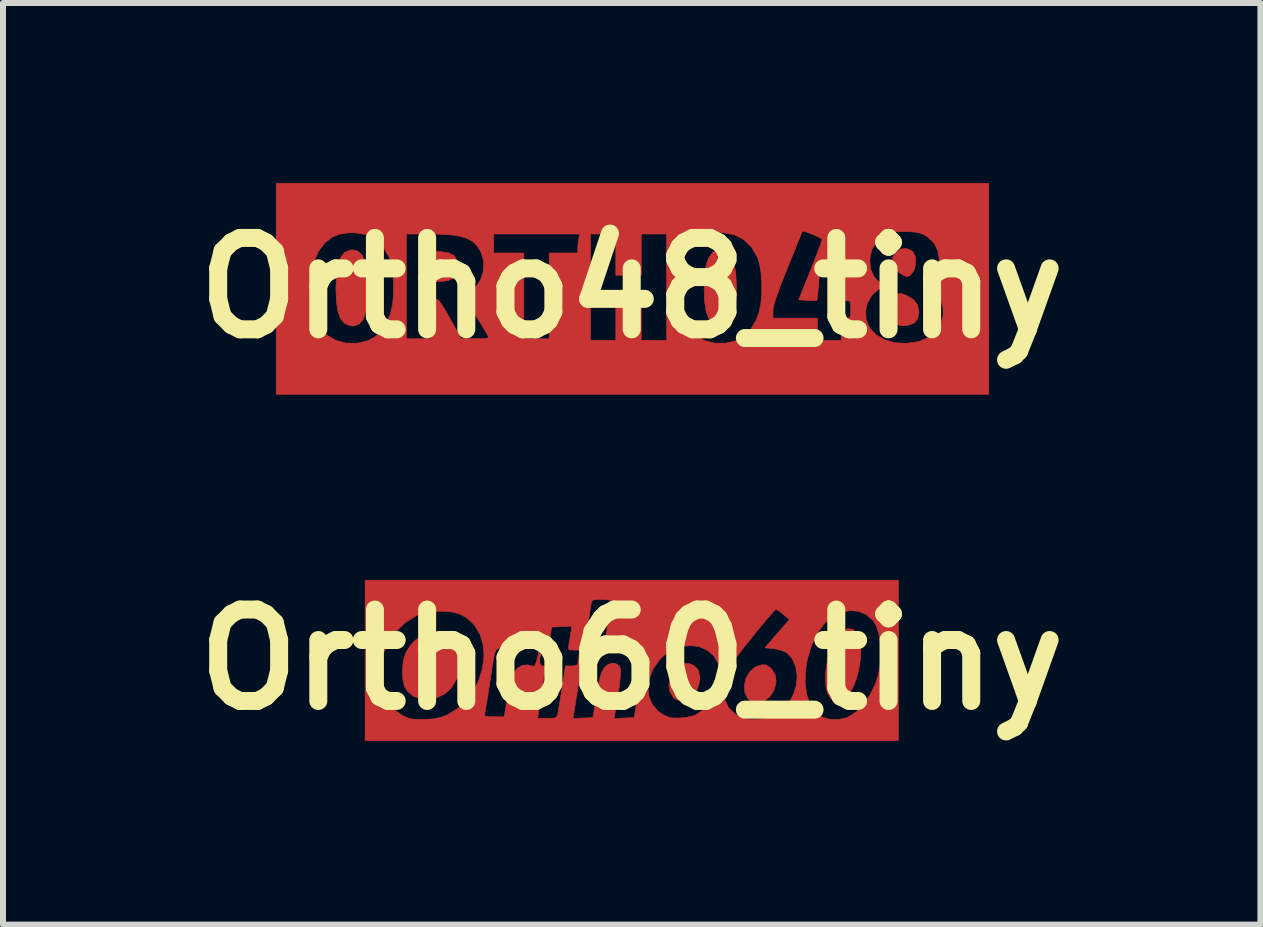
<source format=kicad_pcb>
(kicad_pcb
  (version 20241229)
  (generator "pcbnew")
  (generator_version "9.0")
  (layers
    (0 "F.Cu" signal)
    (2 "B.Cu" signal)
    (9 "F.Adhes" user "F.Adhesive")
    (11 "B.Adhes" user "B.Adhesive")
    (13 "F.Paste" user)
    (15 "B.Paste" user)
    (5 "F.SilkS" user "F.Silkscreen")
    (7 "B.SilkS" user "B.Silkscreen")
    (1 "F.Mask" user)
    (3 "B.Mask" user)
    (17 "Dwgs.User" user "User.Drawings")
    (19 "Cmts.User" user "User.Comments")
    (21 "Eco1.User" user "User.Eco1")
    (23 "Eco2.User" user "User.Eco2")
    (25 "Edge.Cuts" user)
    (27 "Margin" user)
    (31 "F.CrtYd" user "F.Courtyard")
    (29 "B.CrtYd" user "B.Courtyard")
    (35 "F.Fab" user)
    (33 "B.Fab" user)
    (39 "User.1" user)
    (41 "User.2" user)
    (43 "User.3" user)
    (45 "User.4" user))
  (footprint "Ortho48_tiny"
    (layer "F.Cu")
    (at 7.482 1.751)
    (property "Reference" "Ortho48_tiny" (at 0 0 0) (layer "F.SilkS") (effects (font (size 1.524 1.524) (thickness 0.3))))
    (attr through_hole)
    (fp_poly (pts (xy -3.174 -0.603) (xy -3.045 -0.583) (xy -2.961 -0.539) (xy -2.916 -0.469) (xy -2.903 -0.378) (xy -2.918 -0.258) (xy -2.966 -0.176) (xy -3.052 -0.126) (xy -3.178 -0.107) (xy -3.216 -0.106) (xy -3.334 -0.106) (xy -3.334 -0.615) (xy -3.174 -0.603)) (stroke (width 0.01) (type solid)) (fill yes) (layer "F.Cu"))
    (fp_poly (pts (xy 4.664 -0.625) (xy 4.683 -0.609) (xy 4.725 -0.534) (xy 4.737 -0.436) (xy 4.721 -0.334) (xy 4.681 -0.255) (xy 4.633 -0.204) (xy 4.588 -0.19) (xy 4.528 -0.211) (xy 4.476 -0.243) (xy 4.389 -0.321) (xy 4.346 -0.412) (xy 4.349 -0.505) (xy 4.4 -0.592) (xy 4.404 -0.597) (xy 4.488 -0.649) (xy 4.58 -0.659) (xy 4.664 -0.625)) (stroke (width 0.01) (type solid)) (fill yes) (layer "F.Cu"))
    (fp_poly (pts (xy 4.54 0.108) (xy 4.574 0.121) (xy 4.693 0.19) (xy 4.765 0.282) (xy 4.789 0.397) (xy 4.789 0.398) (xy 4.77 0.507) (xy 4.712 0.581) (xy 4.613 0.621) (xy 4.576 0.627) (xy 4.487 0.629) (xy 4.422 0.608) (xy 4.389 0.585) (xy 4.325 0.504) (xy 4.3 0.401) (xy 4.311 0.29) (xy 4.359 0.185) (xy 4.412 0.125) (xy 4.449 0.097) (xy 4.485 0.091) (xy 4.54 0.108)) (stroke (width 0.01) (type solid)) (fill yes) (layer "F.Cu"))
    (fp_poly (pts (xy -4.561 -0.612) (xy -4.489 -0.542) (xy -4.438 -0.425) (xy -4.405 -0.26) (xy -4.392 -0.046) (xy -4.392 0) (xy -4.402 0.223) (xy -4.43 0.397) (xy -4.478 0.524) (xy -4.545 0.602) (xy -4.633 0.634) (xy -4.652 0.635) (xy -4.729 0.618) (xy -4.795 0.583) (xy -4.854 0.51) (xy -4.896 0.397) (xy -4.921 0.239) (xy -4.931 0.034) (xy -4.931 0) (xy -4.922 -0.217) (xy -4.896 -0.387) (xy -4.852 -0.51) (xy -4.788 -0.591) (xy -4.704 -0.63) (xy -4.652 -0.635) (xy -4.561 -0.612)) (stroke (width 0.01) (type solid)) (fill yes) (layer "F.Cu"))
    (fp_poly (pts (xy 1.578 -0.612) (xy 1.649 -0.542) (xy 1.701 -0.425) (xy 1.733 -0.26) (xy 1.746 -0.046) (xy 1.746 0) (xy 1.737 0.223) (xy 1.708 0.397) (xy 1.66 0.524) (xy 1.593 0.602) (xy 1.505 0.634) (xy 1.486 0.635) (xy 1.409 0.618) (xy 1.343 0.583) (xy 1.285 0.51) (xy 1.243 0.397) (xy 1.217 0.239) (xy 1.208 0.034) (xy 1.208 0) (xy 1.216 -0.217) (xy 1.242 -0.387) (xy 1.286 -0.51) (xy 1.35 -0.591) (xy 1.435 -0.63) (xy 1.486 -0.635) (xy 1.578 -0.612)) (stroke (width 0.01) (type solid)) (fill yes) (layer "F.Cu"))
    (fp_poly (pts (xy 5.953 1.773) (xy -5.927 1.773) (xy -5.927 -0.025) (xy -5.367 -0.025) (xy -5.358 0.186) (xy -5.32 0.387) (xy -5.254 0.567) (xy -5.197 0.664) (xy -5.081 0.788) (xy -4.934 0.873) (xy -4.765 0.919) (xy -4.584 0.922) (xy -4.41 0.884) (xy -4.273 0.81) (xy -4.155 0.692) (xy -4.062 0.535) (xy -4.018 0.417) (xy -3.986 0.267) (xy -3.97 0.092) (xy -3.97 -0.092) (xy -3.985 -0.27) (xy -4.014 -0.425) (xy -4.045 -0.516) (xy -4.145 -0.684) (xy -4.274 -0.809) (xy -4.43 -0.888) (xy -4.491 -0.9) (xy -3.757 -0.9) (xy -3.757 0.847) (xy -3.334 0.847) (xy -3.334 0.516) (xy -3.333 0.379) (xy -3.331 0.286) (xy -3.326 0.229) (xy -3.316 0.199) (xy -3.299 0.187) (xy -3.275 0.185) (xy -3.272 0.185) (xy -3.243 0.192) (xy -3.212 0.217) (xy -3.173 0.268) (xy -3.121 0.35) (xy -3.052 0.47) (xy -3.027 0.515) (xy -2.844 0.845) (xy -2.61 0.846) (xy -2.496 0.845) (xy -2.427 0.84) (xy -2.394 0.829) (xy -2.389 0.812) (xy -2.39 0.81) (xy -2.408 0.775) (xy -2.45 0.705) (xy -2.508 0.608) (xy -2.579 0.494) (xy -2.604 0.453) (xy -2.676 0.338) (xy -2.736 0.241) (xy -2.78 0.168) (xy -2.803 0.13) (xy -2.805 0.125) (xy -2.784 0.109) (xy -2.732 0.079) (xy -2.713 0.069) (xy -2.598 -0.022) (xy -2.517 -0.143) (xy -2.472 -0.285) (xy -2.467 -0.435) (xy -2.506 -0.582) (xy -2.518 -0.608) (xy -2.577 -0.701) (xy -2.649 -0.772) (xy -2.743 -0.826) (xy -2.864 -0.863) (xy -3.02 -0.886) (xy -3.217 -0.897) (xy -3.388 -0.9) (xy -2.302 -0.9) (xy -2.302 -0.582) (xy -1.799 -0.582) (xy -1.799 0.847) (xy -1.376 0.847) (xy -1.376 -0.582) (xy -0.9 -0.582) (xy -0.9 -0.658) (xy -0.894 -0.743) (xy -0.883 -0.817) (xy -0.867 -0.9) (xy -0.688 -0.9) (xy -0.688 0.873) (xy -0.265 0.873) (xy -0.265 0.132) (xy 0.159 0.132) (xy 0.159 0.873) (xy 0.582 0.873) (xy 0.582 -0.025) (xy 0.771 -0.025) (xy 0.78 0.186) (xy 0.818 0.387) (xy 0.885 0.567) (xy 0.941 0.664) (xy 1.057 0.788) (xy 1.204 0.873) (xy 1.373 0.919) (xy 1.554 0.922) (xy 1.728 0.884) (xy 1.865 0.81) (xy 1.983 0.692) (xy 2.076 0.535) (xy 2.12 0.417) (xy 2.128 0.383) (xy 2.355 0.383) (xy 2.355 0.503) (xy 3.096 0.503) (xy 3.096 0.873) (xy 3.493 0.873) (xy 3.493 0.503) (xy 3.572 0.503) (xy 3.617 0.5) (xy 3.641 0.484) (xy 3.65 0.442) (xy 3.651 0.391) (xy 3.898 0.391) (xy 3.909 0.532) (xy 3.964 0.662) (xy 3.97 0.671) (xy 4.078 0.784) (xy 4.221 0.865) (xy 4.389 0.913) (xy 4.574 0.924) (xy 4.766 0.897) (xy 4.812 0.885) (xy 4.961 0.817) (xy 5.075 0.718) (xy 5.152 0.597) (xy 5.19 0.463) (xy 5.189 0.323) (xy 5.146 0.186) (xy 5.06 0.062) (xy 4.968 -0.018) (xy 4.867 -0.087) (xy 4.957 -0.148) (xy 5.054 -0.242) (xy 5.11 -0.359) (xy 5.127 -0.487) (xy 5.105 -0.617) (xy 5.046 -0.738) (xy 4.95 -0.839) (xy 4.886 -0.88) (xy 4.815 -0.912) (xy 4.737 -0.93) (xy 4.634 -0.938) (xy 4.551 -0.939) (xy 4.433 -0.937) (xy 4.35 -0.928) (xy 4.284 -0.909) (xy 4.218 -0.876) (xy 4.207 -0.869) (xy 4.083 -0.768) (xy 4.003 -0.64) (xy 3.97 -0.486) (xy 3.969 -0.451) (xy 3.986 -0.304) (xy 4.042 -0.186) (xy 4.125 -0.099) (xy 4.203 -0.033) (xy 4.106 0.03) (xy 3.999 0.127) (xy 3.929 0.252) (xy 3.898 0.391) (xy 3.651 0.391) (xy 3.651 0.359) (xy 3.651 0.357) (xy 3.65 0.274) (xy 3.641 0.231) (xy 3.618 0.214) (xy 3.573 0.212) (xy 3.493 0.212) (xy 3.493 -0.238) (xy 3.13 -0.238) (xy 3.113 -0.023) (xy 3.104 0.078) (xy 3.095 0.157) (xy 3.088 0.2) (xy 3.086 0.204) (xy 3.056 0.208) (xy 2.989 0.209) (xy 2.929 0.206) (xy 2.783 0.198) (xy 2.979 -0.29) (xy 3.039 -0.441) (xy 3.092 -0.576) (xy 3.134 -0.687) (xy 3.162 -0.766) (xy 3.175 -0.806) (xy 3.175 -0.808) (xy 3.153 -0.827) (xy 3.097 -0.856) (xy 3.023 -0.89) (xy 2.947 -0.92) (xy 2.883 -0.942) (xy 2.847 -0.948) (xy 2.845 -0.946) (xy 2.834 -0.921) (xy 2.807 -0.853) (xy 2.764 -0.75) (xy 2.711 -0.617) (xy 2.648 -0.463) (xy 2.598 -0.338) (xy 2.514 -0.127) (xy 2.45 0.041) (xy 2.404 0.172) (xy 2.374 0.271) (xy 2.358 0.343) (xy 2.355 0.383) (xy 2.128 0.383) (xy 2.152 0.267) (xy 2.168 0.092) (xy 2.168 -0.092) (xy 2.154 -0.27) (xy 2.125 -0.425) (xy 2.094 -0.516) (xy 1.994 -0.684) (xy 1.865 -0.809) (xy 1.709 -0.888) (xy 1.527 -0.921) (xy 1.417 -0.92) (xy 1.265 -0.896) (xy 1.143 -0.846) (xy 1.035 -0.762) (xy 1.011 -0.739) (xy 0.911 -0.602) (xy 0.837 -0.43) (xy 0.791 -0.234) (xy 0.771 -0.025) (xy 0.582 -0.025) (xy 0.582 -0.9) (xy 0.159 -0.9) (xy 0.159 -0.212) (xy -0.265 -0.212) (xy -0.265 -0.9) (xy -0.688 -0.9) (xy -0.867 -0.9) (xy -2.302 -0.9) (xy -3.388 -0.9) (xy -3.757 -0.9) (xy -4.491 -0.9) (xy -4.611 -0.921) (xy -4.721 -0.92) (xy -4.874 -0.896) (xy -4.995 -0.846) (xy -5.104 -0.762) (xy -5.127 -0.739) (xy -5.227 -0.602) (xy -5.301 -0.43) (xy -5.348 -0.234) (xy -5.367 -0.025) (xy -5.927 -0.025) (xy -5.927 -1.746) (xy 5.953 -1.746) (xy 5.953 1.773)) (stroke (width 0.01) (type solid)) (fill yes) (layer "F.Cu")))
  (footprint "Ortho60_tiny"
    (layer "F.Cu")
    (at 7.482 7.947)
    (property "Reference" "Ortho60_tiny" (at 0 0 0) (layer "F.SilkS") (effects (font (size 1.524 1.524) (thickness 0.3))))
    (attr through_hole)
    (fp_poly (pts (xy 1.041 0.101) (xy 1.103 0.165) (xy 1.108 0.175) (xy 1.135 0.281) (xy 1.128 0.389) (xy 1.092 0.489) (xy 1.034 0.577) (xy 0.961 0.643) (xy 0.879 0.682) (xy 0.795 0.686) (xy 0.715 0.648) (xy 0.693 0.627) (xy 0.635 0.531) (xy 0.619 0.418) (xy 0.639 0.303) (xy 0.693 0.197) (xy 0.776 0.113) (xy 0.868 0.067) (xy 0.955 0.065) (xy 1.041 0.101)) (stroke (width 0.01) (type solid)) (fill yes) (layer "F.Cu"))
    (fp_poly (pts (xy 2.236 0.088) (xy 2.298 0.126) (xy 2.33 0.157) (xy 2.393 0.254) (xy 2.408 0.372) (xy 2.373 0.507) (xy 2.371 0.512) (xy 2.31 0.61) (xy 2.226 0.678) (xy 2.132 0.713) (xy 2.038 0.711) (xy 1.957 0.67) (xy 1.933 0.645) (xy 1.886 0.545) (xy 1.878 0.43) (xy 1.905 0.313) (xy 1.963 0.209) (xy 2.048 0.133) (xy 2.08 0.116) (xy 2.17 0.086) (xy 2.236 0.088)) (stroke (width 0.01) (type solid)) (fill yes) (layer "F.Cu"))
    (fp_poly (pts (xy 3.685 -0.504) (xy 3.752 -0.445) (xy 3.787 -0.374) (xy 3.815 -0.238) (xy 3.819 -0.08) (xy 3.801 0.087) (xy 3.765 0.254) (xy 3.713 0.408) (xy 3.648 0.538) (xy 3.573 0.635) (xy 3.519 0.675) (xy 3.445 0.707) (xy 3.394 0.707) (xy 3.343 0.672) (xy 3.321 0.652) (xy 3.267 0.563) (xy 3.237 0.433) (xy 3.23 0.267) (xy 3.237 0.175) (xy 3.274 -0.052) (xy 3.34 -0.243) (xy 3.43 -0.393) (xy 3.524 -0.484) (xy 3.606 -0.518) (xy 3.685 -0.504)) (stroke (width 0.01) (type solid)) (fill yes) (layer "F.Cu"))
    (fp_poly (pts (xy -3.097 -0.455) (xy -2.996 -0.406) (xy -2.903 -0.305) (xy -2.848 -0.176) (xy -2.83 -0.027) (xy -2.848 0.134) (xy -2.904 0.298) (xy -2.996 0.455) (xy -3.008 0.472) (xy -3.107 0.565) (xy -3.234 0.628) (xy -3.374 0.659) (xy -3.512 0.655) (xy -3.634 0.613) (xy -3.654 0.601) (xy -3.735 0.531) (xy -3.788 0.447) (xy -3.815 0.335) (xy -3.822 0.185) (xy -3.808 0.014) (xy -3.762 -0.127) (xy -3.679 -0.251) (xy -3.622 -0.312) (xy -3.504 -0.399) (xy -3.368 -0.453) (xy -3.228 -0.472) (xy -3.097 -0.455)) (stroke (width 0.01) (type solid)) (fill yes) (layer "F.Cu"))
    (fp_poly (pts (xy 4.445 1.349) (xy -4.445 1.349) (xy -4.445 0.343) (xy -4.2 0.343) (xy -4.166 0.526) (xy -4.091 0.689) (xy -3.973 0.827) (xy -3.821 0.933) (xy -3.704 0.982) (xy -3.646 0.992) (xy -3.554 0.997) (xy -3.445 0.997) (xy -3.426 0.996) (xy -3.288 0.985) (xy -3.271 0.982) (xy -0.984 0.982) (xy -0.816 0.974) (xy -0.648 0.966) (xy -0.591 0.617) (xy -0.56 0.442) (xy -0.532 0.313) (xy -0.504 0.219) (xy -0.472 0.155) (xy -0.434 0.11) (xy -0.393 0.082) (xy -0.328 0.057) (xy -0.267 0.068) (xy -0.254 0.073) (xy -0.208 0.104) (xy -0.189 0.151) (xy -0.185 0.211) (xy -0.19 0.283) (xy -0.201 0.392) (xy -0.218 0.524) (xy -0.239 0.664) (xy -0.261 0.798) (xy -0.281 0.908) (xy -0.296 0.982) (xy -0.128 0.974) (xy 0.04 0.966) (xy 0.097 0.635) (xy 0.125 0.46) (xy 0.271 0.46) (xy 0.286 0.61) (xy 0.341 0.745) (xy 0.435 0.858) (xy 0.529 0.921) (xy 0.61 0.957) (xy 0.688 0.973) (xy 0.787 0.974) (xy 0.82 0.972) (xy 0.925 0.959) (xy 1.021 0.938) (xy 1.075 0.918) (xy 1.224 0.815) (xy 1.342 0.682) (xy 1.426 0.528) (xy 1.429 0.518) (xy 1.535 0.518) (xy 1.555 0.678) (xy 1.618 0.807) (xy 1.725 0.909) (xy 1.826 0.965) (xy 1.942 0.995) (xy 2.083 0.999) (xy 2.228 0.978) (xy 2.357 0.934) (xy 2.386 0.919) (xy 2.534 0.811) (xy 2.643 0.68) (xy 2.7 0.572) (xy 2.747 0.419) (xy 2.748 0.396) (xy 2.891 0.396) (xy 2.916 0.578) (xy 2.97 0.736) (xy 3.053 0.863) (xy 3.163 0.952) (xy 3.176 0.959) (xy 3.303 0.997) (xy 3.448 0.999) (xy 3.589 0.966) (xy 3.612 0.956) (xy 3.742 0.871) (xy 3.866 0.743) (xy 3.976 0.582) (xy 4.065 0.399) (xy 4.114 0.246) (xy 4.144 0.083) (xy 4.154 -0.092) (xy 4.146 -0.267) (xy 4.12 -0.427) (xy 4.078 -0.562) (xy 4.025 -0.653) (xy 3.911 -0.752) (xy 3.779 -0.806) (xy 3.636 -0.817) (xy 3.491 -0.787) (xy 3.35 -0.718) (xy 3.22 -0.61) (xy 3.11 -0.467) (xy 3.087 -0.427) (xy 2.992 -0.221) (xy 2.928 -0.01) (xy 2.895 0.198) (xy 2.891 0.396) (xy 2.748 0.396) (xy 2.757 0.264) (xy 2.734 0.116) (xy 2.679 -0.011) (xy 2.594 -0.106) (xy 2.576 -0.119) (xy 2.506 -0.15) (xy 2.412 -0.175) (xy 2.363 -0.183) (xy 2.222 -0.198) (xy 2.425 -0.433) (xy 2.629 -0.667) (xy 2.525 -0.756) (xy 2.463 -0.805) (xy 2.417 -0.835) (xy 2.403 -0.839) (xy 2.379 -0.816) (xy 2.327 -0.76) (xy 2.256 -0.676) (xy 2.17 -0.574) (xy 2.077 -0.461) (xy 1.982 -0.343) (xy 1.891 -0.23) (xy 1.811 -0.128) (xy 1.748 -0.044) (xy 1.708 0.013) (xy 1.708 0.013) (xy 1.611 0.186) (xy 1.555 0.344) (xy 1.535 0.5) (xy 1.535 0.518) (xy 1.429 0.518) (xy 1.472 0.363) (xy 1.475 0.196) (xy 1.444 0.067) (xy 1.369 -0.062) (xy 1.263 -0.156) (xy 1.133 -0.214) (xy 0.988 -0.235) (xy 0.836 -0.22) (xy 0.686 -0.167) (xy 0.545 -0.076) (xy 0.468 -0.003) (xy 0.362 0.146) (xy 0.296 0.303) (xy 0.271 0.46) (xy 0.125 0.46) (xy 0.131 0.419) (xy 0.151 0.248) (xy 0.156 0.114) (xy 0.144 0.013) (xy 0.116 -0.063) (xy 0.071 -0.121) (xy 0.021 -0.159) (xy -0.104 -0.205) (xy -0.239 -0.201) (xy -0.356 -0.159) (xy -0.42 -0.129) (xy -0.46 -0.114) (xy -0.466 -0.114) (xy -0.465 -0.141) (xy -0.456 -0.211) (xy -0.441 -0.315) (xy -0.422 -0.445) (xy -0.409 -0.53) (xy -0.387 -0.673) (xy -0.368 -0.798) (xy -0.354 -0.896) (xy -0.346 -0.958) (xy -0.344 -0.972) (xy -0.366 -0.993) (xy -0.434 -1.004) (xy -0.502 -1.005) (xy -0.591 -1.003) (xy -0.641 -0.994) (xy -0.665 -0.973) (xy -0.674 -0.946) (xy -0.681 -0.906) (xy -0.695 -0.82) (xy -0.715 -0.696) (xy -0.74 -0.539) (xy -0.769 -0.357) (xy -0.8 -0.156) (xy -0.82 -0.026) (xy -0.853 0.184) (xy -0.884 0.38) (xy -0.911 0.555) (xy -0.935 0.703) (xy -0.953 0.816) (xy -0.965 0.887) (xy -0.968 0.908) (xy -0.984 0.982) (xy -3.271 0.982) (xy -3.258 0.979) (xy -1.568 0.979) (xy -1.409 0.979) (xy -1.319 0.977) (xy -1.269 0.968) (xy -1.245 0.947) (xy -1.235 0.919) (xy -1.227 0.872) (xy -1.212 0.784) (xy -1.192 0.667) (xy -1.171 0.53) (xy -1.163 0.483) (xy -1.105 0.106) (xy -1.002 0.106) (xy -0.929 0.098) (xy -0.9 0.076) (xy -0.899 0.073) (xy -0.895 0.026) (xy -0.885 -0.046) (xy -0.883 -0.06) (xy -0.866 -0.159) (xy -0.965 -0.159) (xy -1.029 -0.161) (xy -1.054 -0.179) (xy -1.052 -0.224) (xy -1.049 -0.245) (xy -1.034 -0.329) (xy -1.019 -0.426) (xy -1.016 -0.445) (xy -0.998 -0.558) (xy -1.167 -0.55) (xy -1.336 -0.542) (xy -1.362 -0.357) (xy -1.379 -0.258) (xy -1.396 -0.201) (xy -1.418 -0.173) (xy -1.446 -0.164) (xy -1.488 -0.137) (xy -1.518 -0.082) (xy -1.534 -0.014) (xy -1.533 0.051) (xy -1.513 0.095) (xy -1.486 0.106) (xy -1.465 0.108) (xy -1.453 0.121) (xy -1.45 0.152) (xy -1.455 0.211) (xy -1.468 0.307) (xy -1.485 0.417) (xy -1.506 0.553) (xy -1.526 0.684) (xy -1.542 0.792) (xy -1.551 0.853) (xy -1.568 0.979) (xy -3.258 0.979) (xy -3.179 0.962) (xy -3.085 0.925) (xy -2.452 0.925) (xy -2.438 0.943) (xy -2.396 0.951) (xy -2.313 0.952) (xy -2.293 0.953) (xy -2.124 0.953) (xy -2.079 0.655) (xy -2.056 0.522) (xy -2.028 0.398) (xy -2 0.297) (xy -1.982 0.248) (xy -1.913 0.149) (xy -1.827 0.095) (xy -1.729 0.088) (xy -1.691 0.099) (xy -1.648 0.112) (xy -1.622 0.106) (xy -1.601 0.07) (xy -1.577 -0.006) (xy -1.573 -0.02) (xy -1.551 -0.107) (xy -1.546 -0.157) (xy -1.559 -0.185) (xy -1.566 -0.19) (xy -1.626 -0.206) (xy -1.713 -0.199) (xy -1.804 -0.174) (xy -1.881 -0.134) (xy -1.883 -0.133) (xy -1.933 -0.098) (xy -1.954 -0.094) (xy -1.958 -0.12) (xy -1.958 -0.131) (xy -1.964 -0.162) (xy -1.989 -0.178) (xy -2.046 -0.184) (xy -2.115 -0.185) (xy -2.167 -0.187) (xy -2.208 -0.187) (xy -2.238 -0.18) (xy -2.261 -0.159) (xy -2.28 -0.118) (xy -2.297 -0.051) (xy -2.315 0.049) (xy -2.336 0.187) (xy -2.364 0.37) (xy -2.368 0.397) (xy -2.392 0.547) (xy -2.413 0.682) (xy -2.431 0.792) (xy -2.444 0.867) (xy -2.449 0.893) (xy -2.452 0.925) (xy -3.085 0.925) (xy -3.074 0.921) (xy -3.066 0.917) (xy -2.895 0.811) (xy -2.75 0.672) (xy -2.632 0.509) (xy -2.544 0.328) (xy -2.487 0.138) (xy -2.463 -0.054) (xy -2.476 -0.24) (xy -2.526 -0.413) (xy -2.615 -0.565) (xy -2.663 -0.618) (xy -2.767 -0.707) (xy -2.876 -0.764) (xy -3.004 -0.796) (xy -3.168 -0.806) (xy -3.188 -0.807) (xy -3.313 -0.804) (xy -3.406 -0.795) (xy -3.485 -0.775) (xy -3.572 -0.74) (xy -3.591 -0.731) (xy -3.776 -0.618) (xy -3.933 -0.467) (xy -4.058 -0.286) (xy -4.147 -0.086) (xy -4.195 0.127) (xy -4.2 0.343) (xy -4.445 0.343) (xy -4.445 -1.323) (xy 4.445 -1.323) (xy 4.445 1.349)) (stroke (width 0.01) (type solid)) (fill yes) (layer "F.Cu")))
  (gr_rect
    (start -3 -3)
    (end 17.964 12.365)
    (stroke (width 0.1) (type default))
    (fill no)
    (layer "Edge.Cuts")))
</source>
